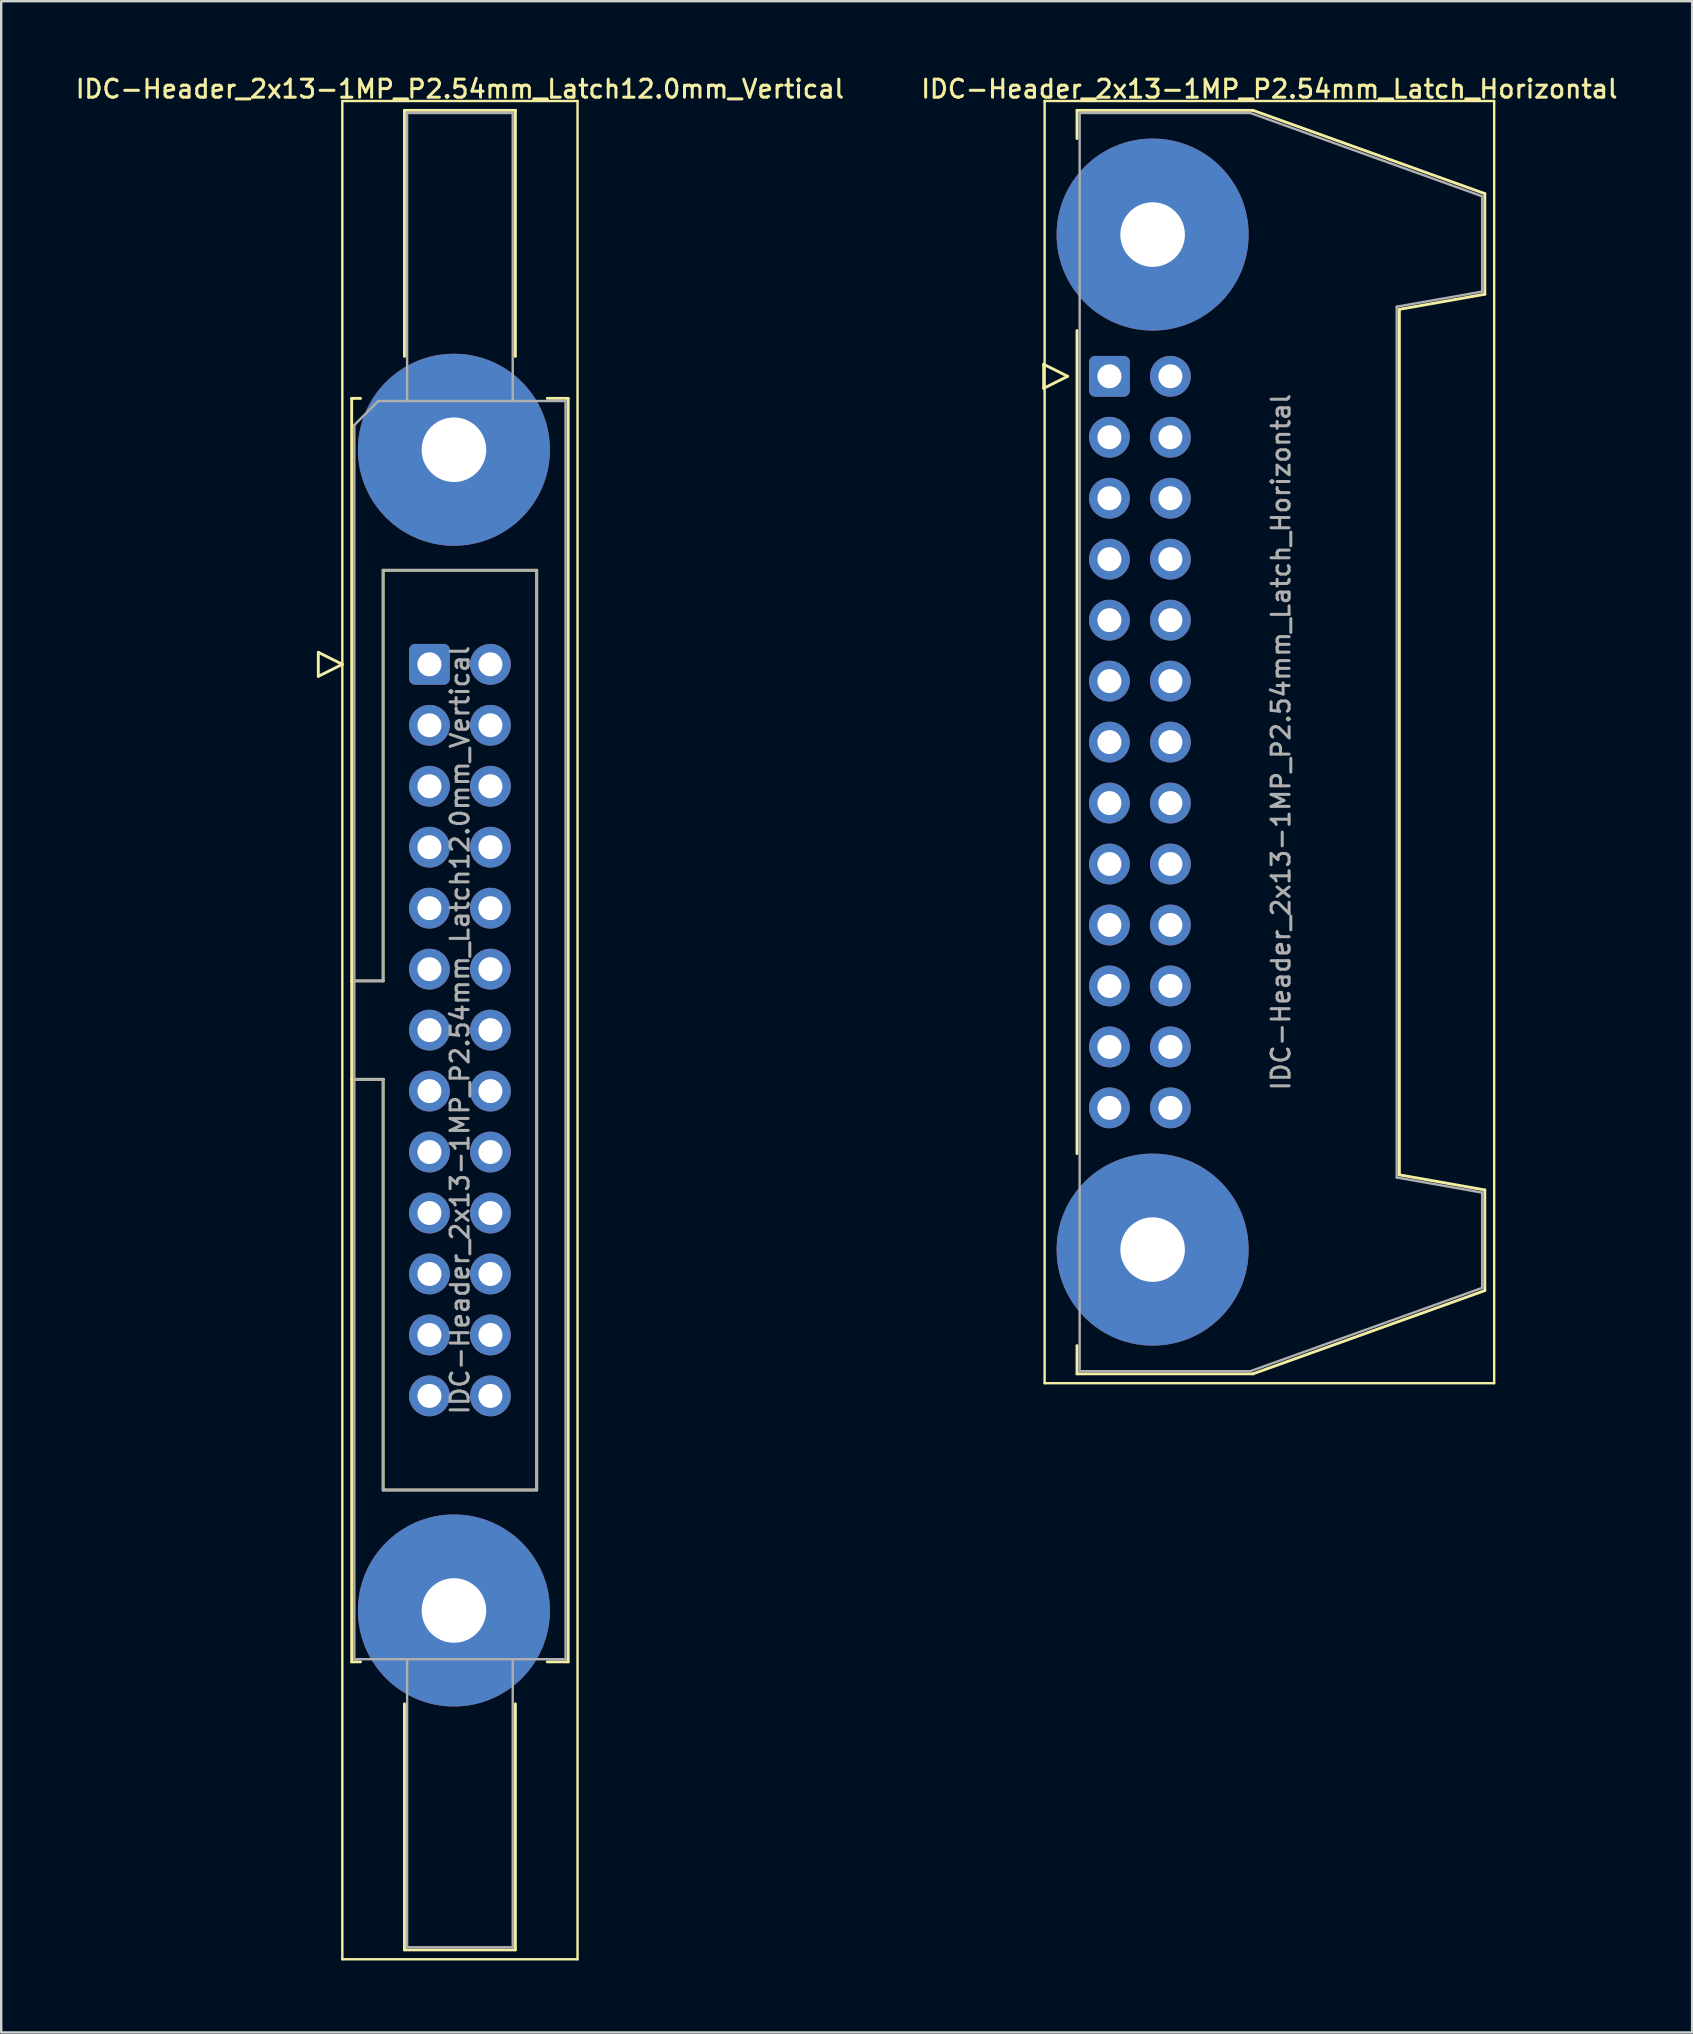
<source format=kicad_pcb>
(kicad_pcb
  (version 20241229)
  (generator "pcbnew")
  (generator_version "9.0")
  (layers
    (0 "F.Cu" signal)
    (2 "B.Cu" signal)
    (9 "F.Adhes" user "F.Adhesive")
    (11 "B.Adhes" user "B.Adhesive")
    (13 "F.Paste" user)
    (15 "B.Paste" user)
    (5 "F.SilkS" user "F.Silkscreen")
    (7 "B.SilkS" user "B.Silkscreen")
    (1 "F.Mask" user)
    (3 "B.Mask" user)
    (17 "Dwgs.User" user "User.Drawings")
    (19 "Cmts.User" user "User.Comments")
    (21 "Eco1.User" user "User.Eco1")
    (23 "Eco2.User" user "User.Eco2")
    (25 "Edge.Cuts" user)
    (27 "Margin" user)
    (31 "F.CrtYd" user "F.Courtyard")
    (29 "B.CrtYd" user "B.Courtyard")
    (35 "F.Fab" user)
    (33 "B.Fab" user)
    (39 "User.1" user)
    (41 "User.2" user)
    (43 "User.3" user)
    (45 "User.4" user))
  (footprint "IDC-Header_2x13-1MP_P2.54mm_Latch_Horizontal"
    (layer "F.Cu")
    (at 43.172 12.628)
    (property "Reference" "IDC-Header_2x13-1MP_P2.54mm_Latch_Horizontal" (at 6.665 -11.97 0) (layer "F.SilkS") (effects (font (size 0.75 0.75) (thickness 0.125))))
    (attr through_hole)
    (fp_line (start -2.74 -0.5) (end -2.74 0.5) (stroke (width 0.12) (type solid)) (layer "F.SilkS"))
    (fp_line (start -2.74 0.5) (end -1.74 0) (stroke (width 0.12) (type solid)) (layer "F.SilkS"))
    (fp_line (start -2.7 -11.47) (end -2.7 41.95) (stroke (width 0.1) (type solid)) (layer "F.SilkS"))
    (fp_line (start -2.7 41.95) (end 16.03 41.95) (stroke (width 0.1) (type solid)) (layer "F.SilkS"))
    (fp_line (start -1.74 0) (end -2.74 -0.5) (stroke (width 0.12) (type solid)) (layer "F.SilkS"))
    (fp_line (start -1.35 -11.08) (end -1.35 -9.905) (stroke (width 0.12) (type solid)) (layer "F.SilkS"))
    (fp_line (start -1.35 -11.08) (end 5.98 -11.08) (stroke (width 0.12) (type solid)) (layer "F.SilkS"))
    (fp_line (start -1.35 -1.905) (end -1.35 32.385) (stroke (width 0.12) (type solid)) (layer "F.SilkS"))
    (fp_line (start -1.35 40.385) (end -1.35 41.56) (stroke (width 0.12) (type solid)) (layer "F.SilkS"))
    (fp_line (start 5.98 -11.08) (end 15.64 -7.61) (stroke (width 0.12) (type solid)) (layer "F.SilkS"))
    (fp_line (start 5.98 41.56) (end -1.35 41.56) (stroke (width 0.12) (type solid)) (layer "F.SilkS"))
    (fp_line (start 12.08 -2.79) (end 12.08 33.27) (stroke (width 0.12) (type solid)) (layer "F.SilkS"))
    (fp_line (start 12.08 33.27) (end 15.64 33.9) (stroke (width 0.12) (type solid)) (layer "F.SilkS"))
    (fp_line (start 15.64 -7.61) (end 15.64 -3.42) (stroke (width 0.12) (type solid)) (layer "F.SilkS"))
    (fp_line (start 15.64 -3.42) (end 12.08 -2.79) (stroke (width 0.12) (type solid)) (layer "F.SilkS"))
    (fp_line (start 15.64 33.9) (end 15.64 38.09) (stroke (width 0.12) (type solid)) (layer "F.SilkS"))
    (fp_line (start 15.64 38.09) (end 5.98 41.56) (stroke (width 0.12) (type solid)) (layer "F.SilkS"))
    (fp_line (start 16.03 -11.47) (end -2.7 -11.47) (stroke (width 0.1) (type solid)) (layer "F.SilkS"))
    (fp_line (start 16.03 41.95) (end 16.03 -11.47) (stroke (width 0.1) (type solid)) (layer "F.SilkS"))
    (fp_line (start -1.24 -10.97) (end 5.87 -10.97) (stroke (width 0.1) (type solid)) (layer "F.Fab"))
    (fp_line (start -1.24 41.45) (end -1.24 -10.97) (stroke (width 0.1) (type solid)) (layer "F.Fab"))
    (fp_line (start 5.87 -10.97) (end 15.53 -7.5) (stroke (width 0.1) (type solid)) (layer "F.Fab"))
    (fp_line (start 5.87 41.45) (end -1.24 41.45) (stroke (width 0.1) (type solid)) (layer "F.Fab"))
    (fp_line (start 11.97 -2.9) (end 11.97 33.38) (stroke (width 0.1) (type solid)) (layer "F.Fab"))
    (fp_line (start 11.97 33.38) (end 15.53 34.01) (stroke (width 0.1) (type solid)) (layer "F.Fab"))
    (fp_line (start 15.53 -7.5) (end 15.53 -3.53) (stroke (width 0.1) (type solid)) (layer "F.Fab"))
    (fp_line (start 15.53 -3.53) (end 11.97 -2.9) (stroke (width 0.1) (type solid)) (layer "F.Fab"))
    (fp_line (start 15.53 34.01) (end 15.53 37.98) (stroke (width 0.1) (type solid)) (layer "F.Fab"))
    (fp_line (start 15.53 37.98) (end 5.87 41.45) (stroke (width 0.1) (type solid)) (layer "F.Fab"))
    (fp_text user "${REFERENCE}" (at 7.145 15.24 90) (layer "F.Fab") (effects (font (size 0.75 0.75) (thickness 0.125))))
    (pad "1" thru_hole roundrect (at 0 0) (size 1.7 1.7) (drill 1) (layers "*.Cu" "*.Mask") (roundrect_rratio 0.147))
    (pad "2" thru_hole circle (at 2.54 0) (size 1.7 1.7) (drill 1) (layers "*.Cu" "*.Mask"))
    (pad "3" thru_hole circle (at 0 2.54) (size 1.7 1.7) (drill 1) (layers "*.Cu" "*.Mask"))
    (pad "4" thru_hole circle (at 2.54 2.54) (size 1.7 1.7) (drill 1) (layers "*.Cu" "*.Mask"))
    (pad "5" thru_hole circle (at 0 5.08) (size 1.7 1.7) (drill 1) (layers "*.Cu" "*.Mask"))
    (pad "6" thru_hole circle (at 2.54 5.08) (size 1.7 1.7) (drill 1) (layers "*.Cu" "*.Mask"))
    (pad "7" thru_hole circle (at 0 7.62) (size 1.7 1.7) (drill 1) (layers "*.Cu" "*.Mask"))
    (pad "8" thru_hole circle (at 2.54 7.62) (size 1.7 1.7) (drill 1) (layers "*.Cu" "*.Mask"))
    (pad "9" thru_hole circle (at 0 10.16) (size 1.7 1.7) (drill 1) (layers "*.Cu" "*.Mask"))
    (pad "10" thru_hole circle (at 2.54 10.16) (size 1.7 1.7) (drill 1) (layers "*.Cu" "*.Mask"))
    (pad "11" thru_hole circle (at 0 12.7) (size 1.7 1.7) (drill 1) (layers "*.Cu" "*.Mask"))
    (pad "12" thru_hole circle (at 2.54 12.7) (size 1.7 1.7) (drill 1) (layers "*.Cu" "*.Mask"))
    (pad "13" thru_hole circle (at 0 15.24) (size 1.7 1.7) (drill 1) (layers "*.Cu" "*.Mask"))
    (pad "14" thru_hole circle (at 2.54 15.24) (size 1.7 1.7) (drill 1) (layers "*.Cu" "*.Mask"))
    (pad "15" thru_hole circle (at 0 17.78) (size 1.7 1.7) (drill 1) (layers "*.Cu" "*.Mask"))
    (pad "16" thru_hole circle (at 2.54 17.78) (size 1.7 1.7) (drill 1) (layers "*.Cu" "*.Mask"))
    (pad "17" thru_hole circle (at 0 20.32) (size 1.7 1.7) (drill 1) (layers "*.Cu" "*.Mask"))
    (pad "18" thru_hole circle (at 2.54 20.32) (size 1.7 1.7) (drill 1) (layers "*.Cu" "*.Mask"))
    (pad "19" thru_hole circle (at 0 22.86) (size 1.7 1.7) (drill 1) (layers "*.Cu" "*.Mask"))
    (pad "20" thru_hole circle (at 2.54 22.86) (size 1.7 1.7) (drill 1) (layers "*.Cu" "*.Mask"))
    (pad "21" thru_hole circle (at 0 25.4) (size 1.7 1.7) (drill 1) (layers "*.Cu" "*.Mask"))
    (pad "22" thru_hole circle (at 2.54 25.4) (size 1.7 1.7) (drill 1) (layers "*.Cu" "*.Mask"))
    (pad "23" thru_hole circle (at 0 27.94) (size 1.7 1.7) (drill 1) (layers "*.Cu" "*.Mask"))
    (pad "24" thru_hole circle (at 2.54 27.94) (size 1.7 1.7) (drill 1) (layers "*.Cu" "*.Mask"))
    (pad "25" thru_hole circle (at 0 30.48) (size 1.7 1.7) (drill 1) (layers "*.Cu" "*.Mask"))
    (pad "26" thru_hole circle (at 2.54 30.48) (size 1.7 1.7) (drill 1) (layers "*.Cu" "*.Mask"))
    (pad "MP" thru_hole circle (at 1.8 -5.905) (size 8 8) (drill 2.69) (layers "*.Cu" "*.Mask"))
    (pad "MP" thru_hole circle (at 1.8 36.385) (size 8 8) (drill 2.69) (layers "*.Cu" "*.Mask")))
  (footprint "IDC-Header_2x13-1MP_P2.54mm_Latch12.0mm_Vertical"
    (layer "F.Cu")
    (at 14.842 24.628)
    (property "Reference" "IDC-Header_2x13-1MP_P2.54mm_Latch12.0mm_Vertical" (at 1.27 -23.97 0) (layer "F.SilkS") (effects (font (size 0.75 0.75) (thickness 0.125))))
    (attr through_hole)
    (fp_line (start -4.63 -0.5) (end -4.63 0.5) (stroke (width 0.12) (type solid)) (layer "F.SilkS"))
    (fp_line (start -4.63 0.5) (end -3.63 0) (stroke (width 0.12) (type solid)) (layer "F.SilkS"))
    (fp_line (start -3.63 -23.47) (end -3.63 53.95) (stroke (width 0.1) (type solid)) (layer "F.SilkS"))
    (fp_line (start -3.63 0) (end -4.63 -0.5) (stroke (width 0.12) (type solid)) (layer "F.SilkS"))
    (fp_line (start -3.63 53.95) (end 6.17 53.95) (stroke (width 0.1) (type solid)) (layer "F.SilkS"))
    (fp_line (start -3.24 -11.08) (end -3.24 41.56) (stroke (width 0.12) (type solid)) (layer "F.SilkS"))
    (fp_line (start -3.24 13.19) (end -1.93 13.19) (stroke (width 0.12) (type solid)) (layer "F.SilkS"))
    (fp_line (start -3.24 41.56) (end -2.87 41.56) (stroke (width 0.12) (type solid)) (layer "F.SilkS"))
    (fp_line (start -2.87 -11.08) (end -3.24 -11.08) (stroke (width 0.12) (type solid)) (layer "F.SilkS"))
    (fp_line (start -1.93 -3.92) (end 4.47 -3.92) (stroke (width 0.12) (type solid)) (layer "F.SilkS"))
    (fp_line (start -1.93 13.19) (end -1.93 -3.92) (stroke (width 0.12) (type solid)) (layer "F.SilkS"))
    (fp_line (start -1.93 17.29) (end -3.24 17.29) (stroke (width 0.12) (type solid)) (layer "F.SilkS"))
    (fp_line (start -1.93 17.29) (end -1.93 17.29) (stroke (width 0.12) (type solid)) (layer "F.SilkS"))
    (fp_line (start -1.93 34.4) (end -1.93 17.29) (stroke (width 0.12) (type solid)) (layer "F.SilkS"))
    (fp_line (start -1.04 -23.08) (end 3.58 -23.08) (stroke (width 0.12) (type solid)) (layer "F.SilkS"))
    (fp_line (start -1.04 -12.83) (end -1.04 -23.08) (stroke (width 0.12) (type solid)) (layer "F.SilkS"))
    (fp_line (start -1.04 43.31) (end -1.04 53.56) (stroke (width 0.12) (type solid)) (layer "F.SilkS"))
    (fp_line (start -1.04 53.56) (end 3.58 53.56) (stroke (width 0.12) (type solid)) (layer "F.SilkS"))
    (fp_line (start 3.58 -23.08) (end 3.58 -12.83) (stroke (width 0.12) (type solid)) (layer "F.SilkS"))
    (fp_line (start 3.58 53.56) (end 3.58 43.31) (stroke (width 0.12) (type solid)) (layer "F.SilkS"))
    (fp_line (start 4.47 -3.92) (end 4.47 34.4) (stroke (width 0.12) (type solid)) (layer "F.SilkS"))
    (fp_line (start 4.47 34.4) (end -1.93 34.4) (stroke (width 0.12) (type solid)) (layer "F.SilkS"))
    (fp_line (start 4.91 -11.08) (end 5.78 -11.08) (stroke (width 0.12) (type solid)) (layer "F.SilkS"))
    (fp_line (start 5.78 -11.08) (end 5.78 41.56) (stroke (width 0.12) (type solid)) (layer "F.SilkS"))
    (fp_line (start 5.78 41.56) (end 4.91 41.56) (stroke (width 0.12) (type solid)) (layer "F.SilkS"))
    (fp_line (start 6.17 -23.47) (end -3.63 -23.47) (stroke (width 0.1) (type solid)) (layer "F.SilkS"))
    (fp_line (start 6.17 53.95) (end 6.17 -23.47) (stroke (width 0.1) (type solid)) (layer "F.SilkS"))
    (fp_line (start -3.13 -9.97) (end -2.13 -10.97) (stroke (width 0.1) (type solid)) (layer "F.Fab"))
    (fp_line (start -3.13 13.19) (end -1.93 13.19) (stroke (width 0.1) (type solid)) (layer "F.Fab"))
    (fp_line (start -3.13 41.45) (end -3.13 -9.97) (stroke (width 0.1) (type solid)) (layer "F.Fab"))
    (fp_line (start -2.13 -10.97) (end 5.67 -10.97) (stroke (width 0.1) (type solid)) (layer "F.Fab"))
    (fp_line (start -1.93 -3.92) (end 4.47 -3.92) (stroke (width 0.1) (type solid)) (layer "F.Fab"))
    (fp_line (start -1.93 13.19) (end -1.93 -3.92) (stroke (width 0.1) (type solid)) (layer "F.Fab"))
    (fp_line (start -1.93 17.29) (end -3.13 17.29) (stroke (width 0.1) (type solid)) (layer "F.Fab"))
    (fp_line (start -1.93 17.29) (end -1.93 17.29) (stroke (width 0.1) (type solid)) (layer "F.Fab"))
    (fp_line (start -1.93 34.4) (end -1.93 17.29) (stroke (width 0.1) (type solid)) (layer "F.Fab"))
    (fp_line (start -0.93 -22.97) (end 3.47 -22.97) (stroke (width 0.1) (type solid)) (layer "F.Fab"))
    (fp_line (start -0.93 -10.97) (end -0.93 -22.97) (stroke (width 0.1) (type solid)) (layer "F.Fab"))
    (fp_line (start -0.93 41.45) (end -0.93 53.45) (stroke (width 0.1) (type solid)) (layer "F.Fab"))
    (fp_line (start -0.93 53.45) (end 3.47 53.45) (stroke (width 0.1) (type solid)) (layer "F.Fab"))
    (fp_line (start 3.47 -22.97) (end 3.47 -10.97) (stroke (width 0.1) (type solid)) (layer "F.Fab"))
    (fp_line (start 3.47 53.45) (end 3.47 41.45) (stroke (width 0.1) (type solid)) (layer "F.Fab"))
    (fp_line (start 4.47 -3.92) (end 4.47 34.4) (stroke (width 0.1) (type solid)) (layer "F.Fab"))
    (fp_line (start 4.47 34.4) (end -1.93 34.4) (stroke (width 0.1) (type solid)) (layer "F.Fab"))
    (fp_line (start 5.67 -10.97) (end 5.67 41.45) (stroke (width 0.1) (type solid)) (layer "F.Fab"))
    (fp_line (start 5.67 41.45) (end -3.13 41.45) (stroke (width 0.1) (type solid)) (layer "F.Fab"))
    (fp_text user "${REFERENCE}" (at 1.27 15.24 90) (layer "F.Fab") (effects (font (size 0.75 0.75) (thickness 0.125))))
    (pad "1" thru_hole roundrect (at 0 0) (size 1.7 1.7) (drill 1) (layers "*.Cu" "*.Mask") (roundrect_rratio 0.147))
    (pad "2" thru_hole circle (at 2.54 0) (size 1.7 1.7) (drill 1) (layers "*.Cu" "*.Mask"))
    (pad "3" thru_hole circle (at 0 2.54) (size 1.7 1.7) (drill 1) (layers "*.Cu" "*.Mask"))
    (pad "4" thru_hole circle (at 2.54 2.54) (size 1.7 1.7) (drill 1) (layers "*.Cu" "*.Mask"))
    (pad "5" thru_hole circle (at 0 5.08) (size 1.7 1.7) (drill 1) (layers "*.Cu" "*.Mask"))
    (pad "6" thru_hole circle (at 2.54 5.08) (size 1.7 1.7) (drill 1) (layers "*.Cu" "*.Mask"))
    (pad "7" thru_hole circle (at 0 7.62) (size 1.7 1.7) (drill 1) (layers "*.Cu" "*.Mask"))
    (pad "8" thru_hole circle (at 2.54 7.62) (size 1.7 1.7) (drill 1) (layers "*.Cu" "*.Mask"))
    (pad "9" thru_hole circle (at 0 10.16) (size 1.7 1.7) (drill 1) (layers "*.Cu" "*.Mask"))
    (pad "10" thru_hole circle (at 2.54 10.16) (size 1.7 1.7) (drill 1) (layers "*.Cu" "*.Mask"))
    (pad "11" thru_hole circle (at 0 12.7) (size 1.7 1.7) (drill 1) (layers "*.Cu" "*.Mask"))
    (pad "12" thru_hole circle (at 2.54 12.7) (size 1.7 1.7) (drill 1) (layers "*.Cu" "*.Mask"))
    (pad "13" thru_hole circle (at 0 15.24) (size 1.7 1.7) (drill 1) (layers "*.Cu" "*.Mask"))
    (pad "14" thru_hole circle (at 2.54 15.24) (size 1.7 1.7) (drill 1) (layers "*.Cu" "*.Mask"))
    (pad "15" thru_hole circle (at 0 17.78) (size 1.7 1.7) (drill 1) (layers "*.Cu" "*.Mask"))
    (pad "16" thru_hole circle (at 2.54 17.78) (size 1.7 1.7) (drill 1) (layers "*.Cu" "*.Mask"))
    (pad "17" thru_hole circle (at 0 20.32) (size 1.7 1.7) (drill 1) (layers "*.Cu" "*.Mask"))
    (pad "18" thru_hole circle (at 2.54 20.32) (size 1.7 1.7) (drill 1) (layers "*.Cu" "*.Mask"))
    (pad "19" thru_hole circle (at 0 22.86) (size 1.7 1.7) (drill 1) (layers "*.Cu" "*.Mask"))
    (pad "20" thru_hole circle (at 2.54 22.86) (size 1.7 1.7) (drill 1) (layers "*.Cu" "*.Mask"))
    (pad "21" thru_hole circle (at 0 25.4) (size 1.7 1.7) (drill 1) (layers "*.Cu" "*.Mask"))
    (pad "22" thru_hole circle (at 2.54 25.4) (size 1.7 1.7) (drill 1) (layers "*.Cu" "*.Mask"))
    (pad "23" thru_hole circle (at 0 27.94) (size 1.7 1.7) (drill 1) (layers "*.Cu" "*.Mask"))
    (pad "24" thru_hole circle (at 2.54 27.94) (size 1.7 1.7) (drill 1) (layers "*.Cu" "*.Mask"))
    (pad "25" thru_hole circle (at 0 30.48) (size 1.7 1.7) (drill 1) (layers "*.Cu" "*.Mask"))
    (pad "26" thru_hole circle (at 2.54 30.48) (size 1.7 1.7) (drill 1) (layers "*.Cu" "*.Mask"))
    (pad "MP" thru_hole circle (at 1.02 -8.94) (size 8 8) (drill 2.69) (layers "*.Cu" "*.Mask"))
    (pad "MP" thru_hole circle (at 1.02 39.42) (size 8 8) (drill 2.69) (layers "*.Cu" "*.Mask")))
  (gr_rect
    (start -3 -3)
    (end 67.45 81.628)
    (stroke (width 0.1) (type default))
    (fill no)
    (layer "Edge.Cuts")))
</source>
